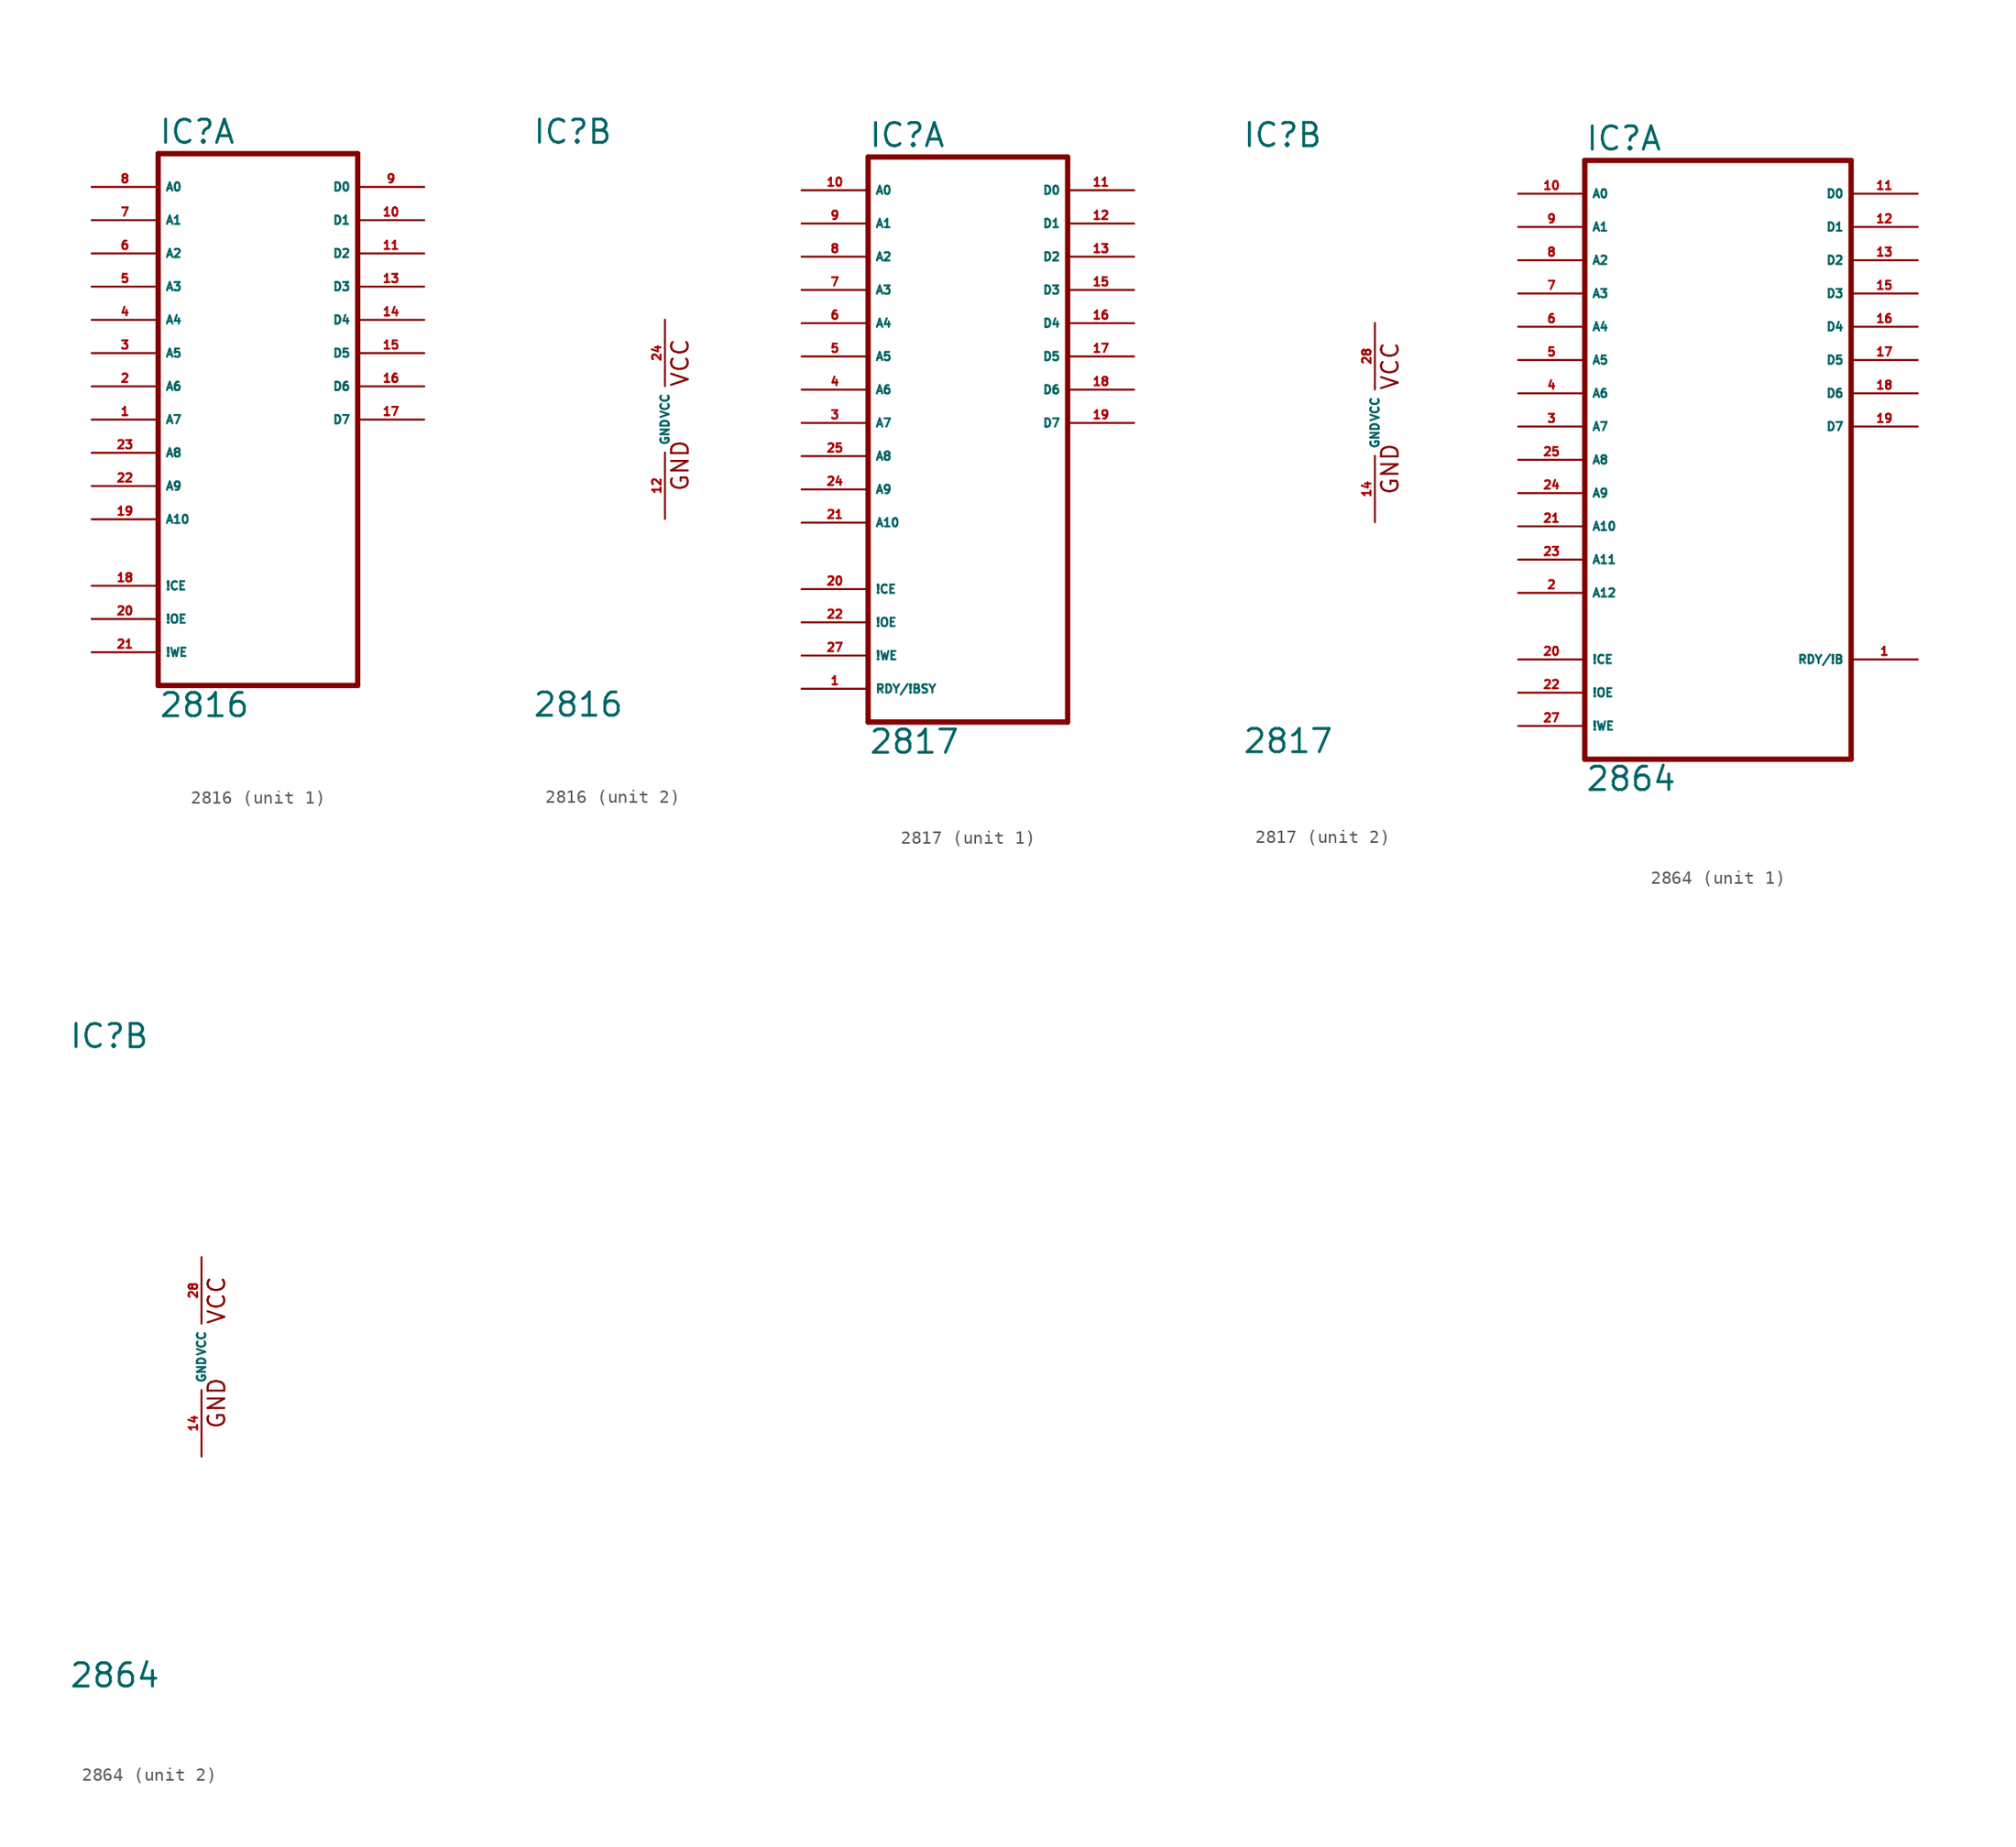
<source format=kicad_sym>
(kicad_symbol_lib
  (version 20220914)
  (generator Eagle2Kicad)
  (symbol "2816"
    (property "Reference" "IC"
      (at -10.16 20.955 0)
      (effects (font (size 1.778 1.778) (thickness 0.22)) (justify left bottom)))
    (property "Value" "2816"
      (at -10.16 -22.86 0)
      (effects (font (size 1.778 1.778) (thickness 0.22)) (justify left bottom)))
    (symbol "2816_1_0"
      (polyline (pts (xy -10.16 -20.32) (xy 5.08 -20.32)) (stroke (width 0.406) (type default)) (fill (type none)))
      (polyline (pts (xy 5.08 -20.32) (xy 5.08 20.32)) (stroke (width 0.406) (type default)) (fill (type none)))
      (polyline (pts (xy 5.08 20.32) (xy -10.16 20.32)) (stroke (width 0.406) (type default)) (fill (type none)))
      (polyline (pts (xy -10.16 20.32) (xy -10.16 -20.32)) (stroke (width 0.406) (type default)) (fill (type none)))
      (pin input line (at -15.24 0 0) (length 5.08) (name "A7" (effects (font (size 0.635 0.635) (thickness 0.08)) (justify left bottom))) (number "1" (effects (font (size 0.635 0.635) (thickness 0.08)) (justify left bottom))))
      (pin input line (at -15.24 2.54 0) (length 5.08) (name "A6" (effects (font (size 0.635 0.635) (thickness 0.08)) (justify left bottom))) (number "2" (effects (font (size 0.635 0.635) (thickness 0.08)) (justify left bottom))))
      (pin input line (at -15.24 5.08 0) (length 5.08) (name "A5" (effects (font (size 0.635 0.635) (thickness 0.08)) (justify left bottom))) (number "3" (effects (font (size 0.635 0.635) (thickness 0.08)) (justify left bottom))))
      (pin input line (at -15.24 7.62 0) (length 5.08) (name "A4" (effects (font (size 0.635 0.635) (thickness 0.08)) (justify left bottom))) (number "4" (effects (font (size 0.635 0.635) (thickness 0.08)) (justify left bottom))))
      (pin input line (at -15.24 10.16 0) (length 5.08) (name "A3" (effects (font (size 0.635 0.635) (thickness 0.08)) (justify left bottom))) (number "5" (effects (font (size 0.635 0.635) (thickness 0.08)) (justify left bottom))))
      (pin input line (at -15.24 12.7 0) (length 5.08) (name "A2" (effects (font (size 0.635 0.635) (thickness 0.08)) (justify left bottom))) (number "6" (effects (font (size 0.635 0.635) (thickness 0.08)) (justify left bottom))))
      (pin input line (at -15.24 15.24 0) (length 5.08) (name "A1" (effects (font (size 0.635 0.635) (thickness 0.08)) (justify left bottom))) (number "7" (effects (font (size 0.635 0.635) (thickness 0.08)) (justify left bottom))))
      (pin input line (at -15.24 17.78 0) (length 5.08) (name "A0" (effects (font (size 0.635 0.635) (thickness 0.08)) (justify left bottom))) (number "8" (effects (font (size 0.635 0.635) (thickness 0.08)) (justify left bottom))))
      (pin bidirectional line (at 10.16 17.78 180) (length 5.08) (name "D0" (effects (font (size 0.635 0.635) (thickness 0.08)) (justify left bottom))) (number "9" (effects (font (size 0.635 0.635) (thickness 0.08)) (justify left bottom))))
      (pin bidirectional line (at 10.16 15.24 180) (length 5.08) (name "D1" (effects (font (size 0.635 0.635) (thickness 0.08)) (justify left bottom))) (number "10" (effects (font (size 0.635 0.635) (thickness 0.08)) (justify left bottom))))
      (pin bidirectional line (at 10.16 12.7 180) (length 5.08) (name "D2" (effects (font (size 0.635 0.635) (thickness 0.08)) (justify left bottom))) (number "11" (effects (font (size 0.635 0.635) (thickness 0.08)) (justify left bottom))))
      (pin bidirectional line (at 10.16 10.16 180) (length 5.08) (name "D3" (effects (font (size 0.635 0.635) (thickness 0.08)) (justify left bottom))) (number "13" (effects (font (size 0.635 0.635) (thickness 0.08)) (justify left bottom))))
      (pin bidirectional line (at 10.16 7.62 180) (length 5.08) (name "D4" (effects (font (size 0.635 0.635) (thickness 0.08)) (justify left bottom))) (number "14" (effects (font (size 0.635 0.635) (thickness 0.08)) (justify left bottom))))
      (pin bidirectional line (at 10.16 5.08 180) (length 5.08) (name "D5" (effects (font (size 0.635 0.635) (thickness 0.08)) (justify left bottom))) (number "15" (effects (font (size 0.635 0.635) (thickness 0.08)) (justify left bottom))))
      (pin bidirectional line (at 10.16 2.54 180) (length 5.08) (name "D6" (effects (font (size 0.635 0.635) (thickness 0.08)) (justify left bottom))) (number "16" (effects (font (size 0.635 0.635) (thickness 0.08)) (justify left bottom))))
      (pin bidirectional line (at 10.16 0 180) (length 5.08) (name "D7" (effects (font (size 0.635 0.635) (thickness 0.08)) (justify left bottom))) (number "17" (effects (font (size 0.635 0.635) (thickness 0.08)) (justify left bottom))))
      (pin input line (at -15.24 -12.7 0) (length 5.08) (name "!CE" (effects (font (size 0.635 0.635) (thickness 0.08)) (justify left bottom))) (number "18" (effects (font (size 0.635 0.635) (thickness 0.08)) (justify left bottom))))
      (pin input line (at -15.24 -7.62 0) (length 5.08) (name "A10" (effects (font (size 0.635 0.635) (thickness 0.08)) (justify left bottom))) (number "19" (effects (font (size 0.635 0.635) (thickness 0.08)) (justify left bottom))))
      (pin input line (at -15.24 -15.24 0) (length 5.08) (name "!OE" (effects (font (size 0.635 0.635) (thickness 0.08)) (justify left bottom))) (number "20" (effects (font (size 0.635 0.635) (thickness 0.08)) (justify left bottom))))
      (pin input line (at -15.24 -17.78 0) (length 5.08) (name "!WE" (effects (font (size 0.635 0.635) (thickness 0.08)) (justify left bottom))) (number "21" (effects (font (size 0.635 0.635) (thickness 0.08)) (justify left bottom))))
      (pin input line (at -15.24 -5.08 0) (length 5.08) (name "A9" (effects (font (size 0.635 0.635) (thickness 0.08)) (justify left bottom))) (number "22" (effects (font (size 0.635 0.635) (thickness 0.08)) (justify left bottom))))
      (pin input line (at -15.24 -2.54 0) (length 5.08) (name "A8" (effects (font (size 0.635 0.635) (thickness 0.08)) (justify left bottom))) (number "23" (effects (font (size 0.635 0.635) (thickness 0.08)) (justify left bottom)))))
    (symbol "2816_2_0"
      (text "GND" (at 1.905 -5.588 900) (effects (font (size 1.27 1.27) (thickness 0.16)) (justify left bottom)))
      (text "VCC" (at 1.905 2.413 900) (effects (font (size 1.27 1.27) (thickness 0.16)) (justify left bottom)))
      (pin unspecified line (at 0 -7.62 90) (length 5.08) (name "GND" (effects (font (size 0.635 0.635) (thickness 0.08)) (justify left bottom))) (number "12" (effects (font (size 0.635 0.635) (thickness 0.08)) (justify left bottom))))
      (pin unspecified line (at 0 7.62 270) (length 5.08) (name "VCC" (effects (font (size 0.635 0.635) (thickness 0.08)) (justify left bottom))) (number "24" (effects (font (size 0.635 0.635) (thickness 0.08)) (justify left bottom))))))
  (symbol "2817"
    (property "Reference" "IC"
      (at -10.16 20.955 0)
      (effects (font (size 1.778 1.778) (thickness 0.22)) (justify left bottom)))
    (property "Value" "2817"
      (at -10.16 -25.4 0)
      (effects (font (size 1.778 1.778) (thickness 0.22)) (justify left bottom)))
    (symbol "2817_1_0"
      (polyline (pts (xy -10.16 -22.86) (xy 5.08 -22.86)) (stroke (width 0.406) (type default)) (fill (type none)))
      (polyline (pts (xy 5.08 -22.86) (xy 5.08 20.32)) (stroke (width 0.406) (type default)) (fill (type none)))
      (polyline (pts (xy 5.08 20.32) (xy -10.16 20.32)) (stroke (width 0.406) (type default)) (fill (type none)))
      (polyline (pts (xy -10.16 20.32) (xy -10.16 -22.86)) (stroke (width 0.406) (type default)) (fill (type none)))
      (pin input line (at -15.24 -20.32 0) (length 5.08) (name "RDY/!BSY" (effects (font (size 0.635 0.635) (thickness 0.08)) (justify left bottom))) (number "1" (effects (font (size 0.635 0.635) (thickness 0.08)) (justify left bottom))))
      (pin input line (at -15.24 0 0) (length 5.08) (name "A7" (effects (font (size 0.635 0.635) (thickness 0.08)) (justify left bottom))) (number "3" (effects (font (size 0.635 0.635) (thickness 0.08)) (justify left bottom))))
      (pin input line (at -15.24 2.54 0) (length 5.08) (name "A6" (effects (font (size 0.635 0.635) (thickness 0.08)) (justify left bottom))) (number "4" (effects (font (size 0.635 0.635) (thickness 0.08)) (justify left bottom))))
      (pin input line (at -15.24 5.08 0) (length 5.08) (name "A5" (effects (font (size 0.635 0.635) (thickness 0.08)) (justify left bottom))) (number "5" (effects (font (size 0.635 0.635) (thickness 0.08)) (justify left bottom))))
      (pin input line (at -15.24 7.62 0) (length 5.08) (name "A4" (effects (font (size 0.635 0.635) (thickness 0.08)) (justify left bottom))) (number "6" (effects (font (size 0.635 0.635) (thickness 0.08)) (justify left bottom))))
      (pin input line (at -15.24 10.16 0) (length 5.08) (name "A3" (effects (font (size 0.635 0.635) (thickness 0.08)) (justify left bottom))) (number "7" (effects (font (size 0.635 0.635) (thickness 0.08)) (justify left bottom))))
      (pin input line (at -15.24 12.7 0) (length 5.08) (name "A2" (effects (font (size 0.635 0.635) (thickness 0.08)) (justify left bottom))) (number "8" (effects (font (size 0.635 0.635) (thickness 0.08)) (justify left bottom))))
      (pin input line (at -15.24 15.24 0) (length 5.08) (name "A1" (effects (font (size 0.635 0.635) (thickness 0.08)) (justify left bottom))) (number "9" (effects (font (size 0.635 0.635) (thickness 0.08)) (justify left bottom))))
      (pin input line (at -15.24 17.78 0) (length 5.08) (name "A0" (effects (font (size 0.635 0.635) (thickness 0.08)) (justify left bottom))) (number "10" (effects (font (size 0.635 0.635) (thickness 0.08)) (justify left bottom))))
      (pin bidirectional line (at 10.16 17.78 180) (length 5.08) (name "D0" (effects (font (size 0.635 0.635) (thickness 0.08)) (justify left bottom))) (number "11" (effects (font (size 0.635 0.635) (thickness 0.08)) (justify left bottom))))
      (pin bidirectional line (at 10.16 15.24 180) (length 5.08) (name "D1" (effects (font (size 0.635 0.635) (thickness 0.08)) (justify left bottom))) (number "12" (effects (font (size 0.635 0.635) (thickness 0.08)) (justify left bottom))))
      (pin bidirectional line (at 10.16 12.7 180) (length 5.08) (name "D2" (effects (font (size 0.635 0.635) (thickness 0.08)) (justify left bottom))) (number "13" (effects (font (size 0.635 0.635) (thickness 0.08)) (justify left bottom))))
      (pin bidirectional line (at 10.16 10.16 180) (length 5.08) (name "D3" (effects (font (size 0.635 0.635) (thickness 0.08)) (justify left bottom))) (number "15" (effects (font (size 0.635 0.635) (thickness 0.08)) (justify left bottom))))
      (pin bidirectional line (at 10.16 7.62 180) (length 5.08) (name "D4" (effects (font (size 0.635 0.635) (thickness 0.08)) (justify left bottom))) (number "16" (effects (font (size 0.635 0.635) (thickness 0.08)) (justify left bottom))))
      (pin bidirectional line (at 10.16 5.08 180) (length 5.08) (name "D5" (effects (font (size 0.635 0.635) (thickness 0.08)) (justify left bottom))) (number "17" (effects (font (size 0.635 0.635) (thickness 0.08)) (justify left bottom))))
      (pin bidirectional line (at 10.16 2.54 180) (length 5.08) (name "D6" (effects (font (size 0.635 0.635) (thickness 0.08)) (justify left bottom))) (number "18" (effects (font (size 0.635 0.635) (thickness 0.08)) (justify left bottom))))
      (pin bidirectional line (at 10.16 0 180) (length 5.08) (name "D7" (effects (font (size 0.635 0.635) (thickness 0.08)) (justify left bottom))) (number "19" (effects (font (size 0.635 0.635) (thickness 0.08)) (justify left bottom))))
      (pin input line (at -15.24 -12.7 0) (length 5.08) (name "!CE" (effects (font (size 0.635 0.635) (thickness 0.08)) (justify left bottom))) (number "20" (effects (font (size 0.635 0.635) (thickness 0.08)) (justify left bottom))))
      (pin input line (at -15.24 -7.62 0) (length 5.08) (name "A10" (effects (font (size 0.635 0.635) (thickness 0.08)) (justify left bottom))) (number "21" (effects (font (size 0.635 0.635) (thickness 0.08)) (justify left bottom))))
      (pin input line (at -15.24 -15.24 0) (length 5.08) (name "!OE" (effects (font (size 0.635 0.635) (thickness 0.08)) (justify left bottom))) (number "22" (effects (font (size 0.635 0.635) (thickness 0.08)) (justify left bottom))))
      (pin input line (at -15.24 -5.08 0) (length 5.08) (name "A9" (effects (font (size 0.635 0.635) (thickness 0.08)) (justify left bottom))) (number "24" (effects (font (size 0.635 0.635) (thickness 0.08)) (justify left bottom))))
      (pin input line (at -15.24 -2.54 0) (length 5.08) (name "A8" (effects (font (size 0.635 0.635) (thickness 0.08)) (justify left bottom))) (number "25" (effects (font (size 0.635 0.635) (thickness 0.08)) (justify left bottom))))
      (pin input line (at -15.24 -17.78 0) (length 5.08) (name "!WE" (effects (font (size 0.635 0.635) (thickness 0.08)) (justify left bottom))) (number "27" (effects (font (size 0.635 0.635) (thickness 0.08)) (justify left bottom)))))
    (symbol "2817_2_0"
      (text "GND" (at 1.905 -5.588 900) (effects (font (size 1.27 1.27) (thickness 0.16)) (justify left bottom)))
      (text "VCC" (at 1.905 2.413 900) (effects (font (size 1.27 1.27) (thickness 0.16)) (justify left bottom)))
      (pin unspecified line (at 0 -7.62 90) (length 5.08) (name "GND" (effects (font (size 0.635 0.635) (thickness 0.08)) (justify left bottom))) (number "14" (effects (font (size 0.635 0.635) (thickness 0.08)) (justify left bottom))))
      (pin unspecified line (at 0 7.62 270) (length 5.08) (name "VCC" (effects (font (size 0.635 0.635) (thickness 0.08)) (justify left bottom))) (number "28" (effects (font (size 0.635 0.635) (thickness 0.08)) (justify left bottom))))))
  (symbol "2864"
    (property "Reference" "IC"
      (at -10.16 23.495 0)
      (effects (font (size 1.778 1.778) (thickness 0.22)) (justify left bottom)))
    (property "Value" "2864"
      (at -10.16 -25.4 0)
      (effects (font (size 1.778 1.778) (thickness 0.22)) (justify left bottom)))
    (symbol "2864_1_0"
      (polyline (pts (xy -10.16 -22.86) (xy 10.16 -22.86)) (stroke (width 0.406) (type default)) (fill (type none)))
      (polyline (pts (xy 10.16 -22.86) (xy 10.16 22.86)) (stroke (width 0.406) (type default)) (fill (type none)))
      (polyline (pts (xy 10.16 22.86) (xy -10.16 22.86)) (stroke (width 0.406) (type default)) (fill (type none)))
      (polyline (pts (xy -10.16 22.86) (xy -10.16 -22.86)) (stroke (width 0.406) (type default)) (fill (type none)))
      (pin output line (at 15.24 -15.24 180) (length 5.08) (name "RDY/!B" (effects (font (size 0.635 0.635) (thickness 0.08)) (justify left bottom))) (number "1" (effects (font (size 0.635 0.635) (thickness 0.08)) (justify left bottom))))
      (pin input line (at -15.24 -10.16 0) (length 5.08) (name "A12" (effects (font (size 0.635 0.635) (thickness 0.08)) (justify left bottom))) (number "2" (effects (font (size 0.635 0.635) (thickness 0.08)) (justify left bottom))))
      (pin input line (at -15.24 2.54 0) (length 5.08) (name "A7" (effects (font (size 0.635 0.635) (thickness 0.08)) (justify left bottom))) (number "3" (effects (font (size 0.635 0.635) (thickness 0.08)) (justify left bottom))))
      (pin input line (at -15.24 5.08 0) (length 5.08) (name "A6" (effects (font (size 0.635 0.635) (thickness 0.08)) (justify left bottom))) (number "4" (effects (font (size 0.635 0.635) (thickness 0.08)) (justify left bottom))))
      (pin input line (at -15.24 7.62 0) (length 5.08) (name "A5" (effects (font (size 0.635 0.635) (thickness 0.08)) (justify left bottom))) (number "5" (effects (font (size 0.635 0.635) (thickness 0.08)) (justify left bottom))))
      (pin input line (at -15.24 10.16 0) (length 5.08) (name "A4" (effects (font (size 0.635 0.635) (thickness 0.08)) (justify left bottom))) (number "6" (effects (font (size 0.635 0.635) (thickness 0.08)) (justify left bottom))))
      (pin input line (at -15.24 12.7 0) (length 5.08) (name "A3" (effects (font (size 0.635 0.635) (thickness 0.08)) (justify left bottom))) (number "7" (effects (font (size 0.635 0.635) (thickness 0.08)) (justify left bottom))))
      (pin input line (at -15.24 15.24 0) (length 5.08) (name "A2" (effects (font (size 0.635 0.635) (thickness 0.08)) (justify left bottom))) (number "8" (effects (font (size 0.635 0.635) (thickness 0.08)) (justify left bottom))))
      (pin input line (at -15.24 17.78 0) (length 5.08) (name "A1" (effects (font (size 0.635 0.635) (thickness 0.08)) (justify left bottom))) (number "9" (effects (font (size 0.635 0.635) (thickness 0.08)) (justify left bottom))))
      (pin input line (at -15.24 20.32 0) (length 5.08) (name "A0" (effects (font (size 0.635 0.635) (thickness 0.08)) (justify left bottom))) (number "10" (effects (font (size 0.635 0.635) (thickness 0.08)) (justify left bottom))))
      (pin bidirectional line (at 15.24 20.32 180) (length 5.08) (name "D0" (effects (font (size 0.635 0.635) (thickness 0.08)) (justify left bottom))) (number "11" (effects (font (size 0.635 0.635) (thickness 0.08)) (justify left bottom))))
      (pin bidirectional line (at 15.24 17.78 180) (length 5.08) (name "D1" (effects (font (size 0.635 0.635) (thickness 0.08)) (justify left bottom))) (number "12" (effects (font (size 0.635 0.635) (thickness 0.08)) (justify left bottom))))
      (pin bidirectional line (at 15.24 15.24 180) (length 5.08) (name "D2" (effects (font (size 0.635 0.635) (thickness 0.08)) (justify left bottom))) (number "13" (effects (font (size 0.635 0.635) (thickness 0.08)) (justify left bottom))))
      (pin bidirectional line (at 15.24 12.7 180) (length 5.08) (name "D3" (effects (font (size 0.635 0.635) (thickness 0.08)) (justify left bottom))) (number "15" (effects (font (size 0.635 0.635) (thickness 0.08)) (justify left bottom))))
      (pin bidirectional line (at 15.24 10.16 180) (length 5.08) (name "D4" (effects (font (size 0.635 0.635) (thickness 0.08)) (justify left bottom))) (number "16" (effects (font (size 0.635 0.635) (thickness 0.08)) (justify left bottom))))
      (pin bidirectional line (at 15.24 7.62 180) (length 5.08) (name "D5" (effects (font (size 0.635 0.635) (thickness 0.08)) (justify left bottom))) (number "17" (effects (font (size 0.635 0.635) (thickness 0.08)) (justify left bottom))))
      (pin bidirectional line (at 15.24 5.08 180) (length 5.08) (name "D6" (effects (font (size 0.635 0.635) (thickness 0.08)) (justify left bottom))) (number "18" (effects (font (size 0.635 0.635) (thickness 0.08)) (justify left bottom))))
      (pin bidirectional line (at 15.24 2.54 180) (length 5.08) (name "D7" (effects (font (size 0.635 0.635) (thickness 0.08)) (justify left bottom))) (number "19" (effects (font (size 0.635 0.635) (thickness 0.08)) (justify left bottom))))
      (pin input line (at -15.24 -15.24 0) (length 5.08) (name "!CE" (effects (font (size 0.635 0.635) (thickness 0.08)) (justify left bottom))) (number "20" (effects (font (size 0.635 0.635) (thickness 0.08)) (justify left bottom))))
      (pin input line (at -15.24 -5.08 0) (length 5.08) (name "A10" (effects (font (size 0.635 0.635) (thickness 0.08)) (justify left bottom))) (number "21" (effects (font (size 0.635 0.635) (thickness 0.08)) (justify left bottom))))
      (pin input line (at -15.24 -17.78 0) (length 5.08) (name "!OE" (effects (font (size 0.635 0.635) (thickness 0.08)) (justify left bottom))) (number "22" (effects (font (size 0.635 0.635) (thickness 0.08)) (justify left bottom))))
      (pin input line (at -15.24 -7.62 0) (length 5.08) (name "A11" (effects (font (size 0.635 0.635) (thickness 0.08)) (justify left bottom))) (number "23" (effects (font (size 0.635 0.635) (thickness 0.08)) (justify left bottom))))
      (pin input line (at -15.24 -2.54 0) (length 5.08) (name "A9" (effects (font (size 0.635 0.635) (thickness 0.08)) (justify left bottom))) (number "24" (effects (font (size 0.635 0.635) (thickness 0.08)) (justify left bottom))))
      (pin input line (at -15.24 0 0) (length 5.08) (name "A8" (effects (font (size 0.635 0.635) (thickness 0.08)) (justify left bottom))) (number "25" (effects (font (size 0.635 0.635) (thickness 0.08)) (justify left bottom))))
      (pin input line (at -15.24 -20.32 0) (length 5.08) (name "!WE" (effects (font (size 0.635 0.635) (thickness 0.08)) (justify left bottom))) (number "27" (effects (font (size 0.635 0.635) (thickness 0.08)) (justify left bottom)))))
    (symbol "2864_2_0"
      (text "GND" (at 1.905 -5.588 900) (effects (font (size 1.27 1.27) (thickness 0.16)) (justify left bottom)))
      (text "VCC" (at 1.905 2.413 900) (effects (font (size 1.27 1.27) (thickness 0.16)) (justify left bottom)))
      (pin unspecified line (at 0 -7.62 90) (length 5.08) (name "GND" (effects (font (size 0.635 0.635) (thickness 0.08)) (justify left bottom))) (number "14" (effects (font (size 0.635 0.635) (thickness 0.08)) (justify left bottom))))
      (pin unspecified line (at 0 7.62 270) (length 5.08) (name "VCC" (effects (font (size 0.635 0.635) (thickness 0.08)) (justify left bottom))) (number "28" (effects (font (size 0.635 0.635) (thickness 0.08)) (justify left bottom)))))))
</source>
